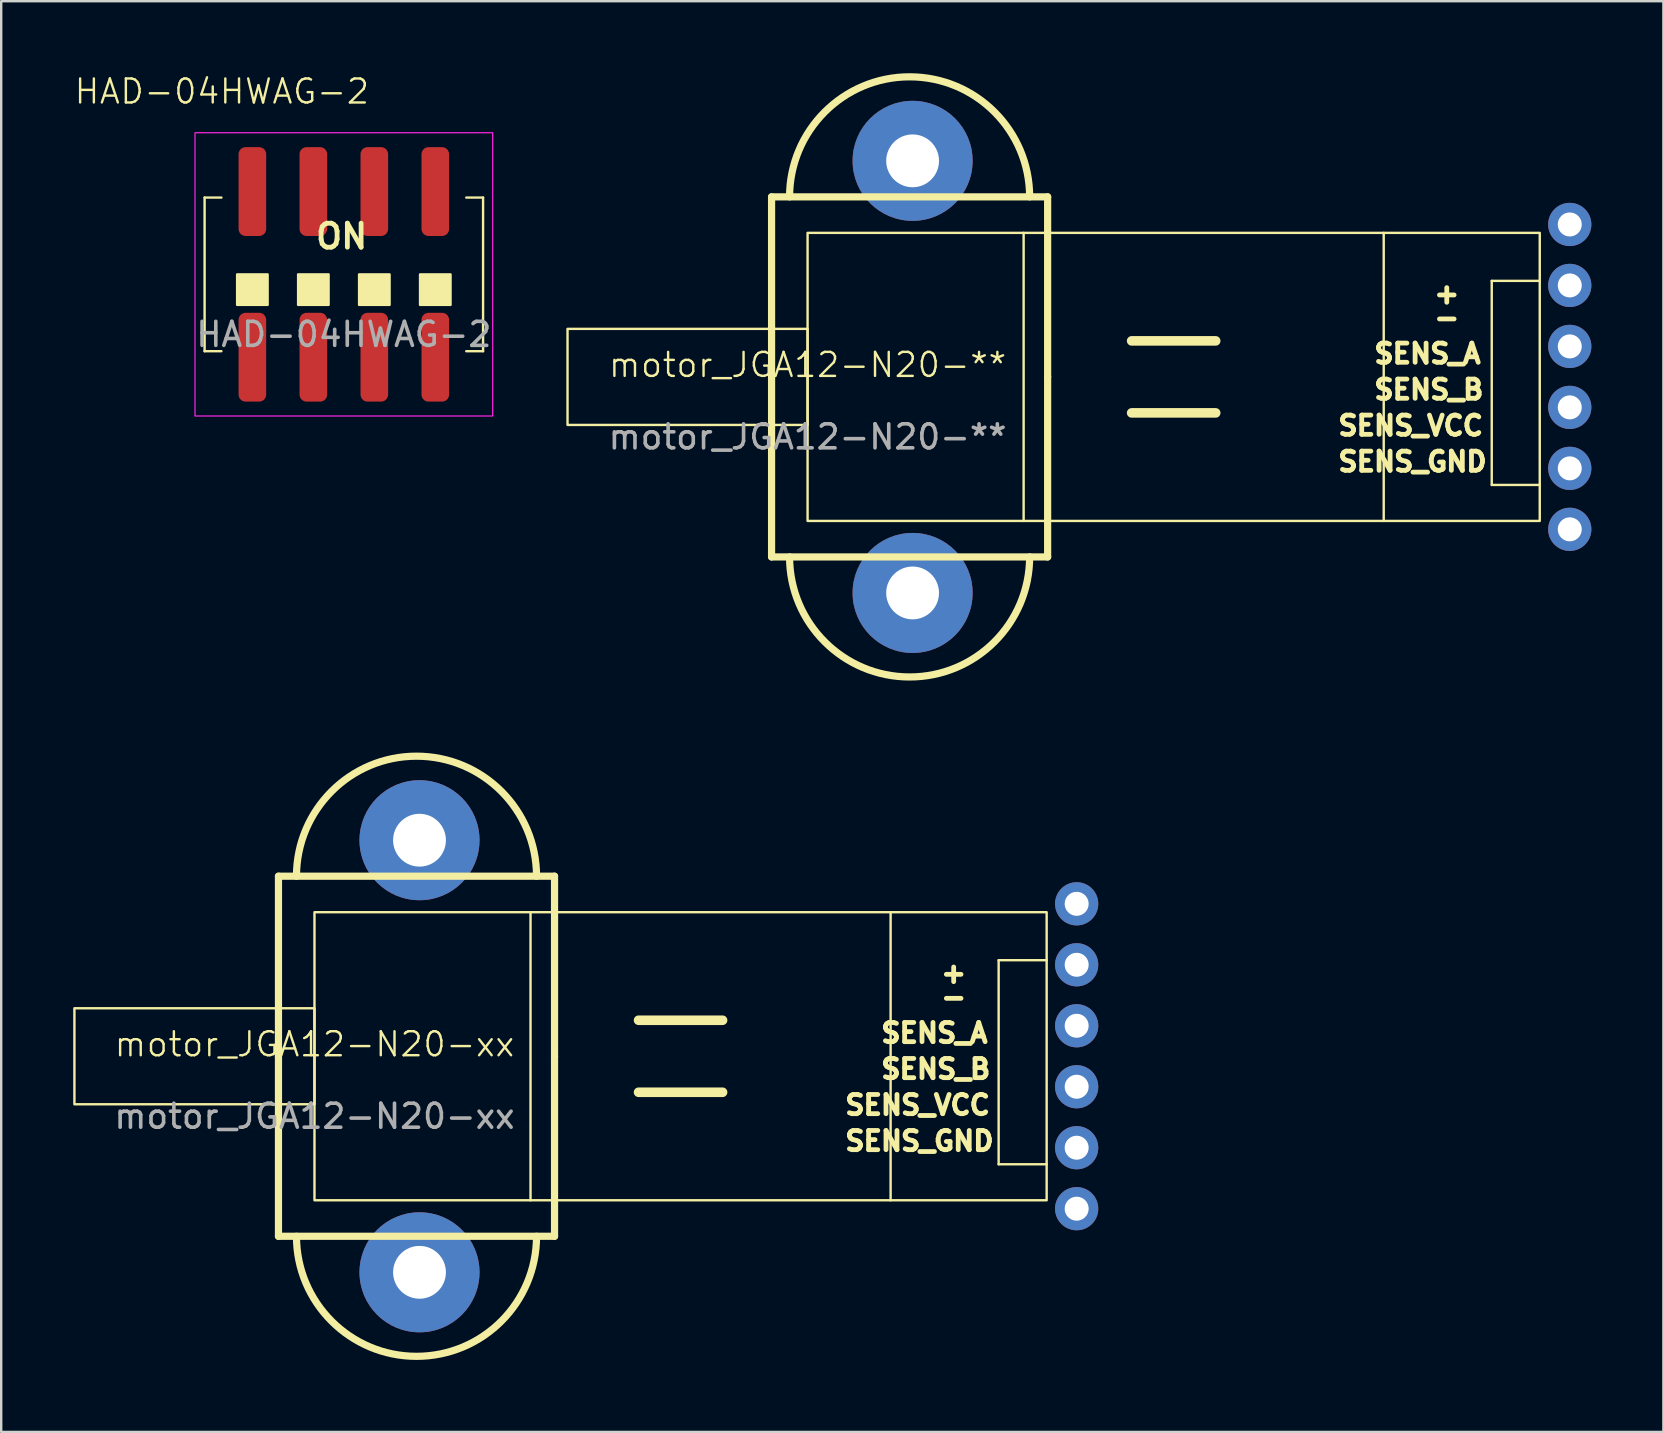
<source format=kicad_pcb>
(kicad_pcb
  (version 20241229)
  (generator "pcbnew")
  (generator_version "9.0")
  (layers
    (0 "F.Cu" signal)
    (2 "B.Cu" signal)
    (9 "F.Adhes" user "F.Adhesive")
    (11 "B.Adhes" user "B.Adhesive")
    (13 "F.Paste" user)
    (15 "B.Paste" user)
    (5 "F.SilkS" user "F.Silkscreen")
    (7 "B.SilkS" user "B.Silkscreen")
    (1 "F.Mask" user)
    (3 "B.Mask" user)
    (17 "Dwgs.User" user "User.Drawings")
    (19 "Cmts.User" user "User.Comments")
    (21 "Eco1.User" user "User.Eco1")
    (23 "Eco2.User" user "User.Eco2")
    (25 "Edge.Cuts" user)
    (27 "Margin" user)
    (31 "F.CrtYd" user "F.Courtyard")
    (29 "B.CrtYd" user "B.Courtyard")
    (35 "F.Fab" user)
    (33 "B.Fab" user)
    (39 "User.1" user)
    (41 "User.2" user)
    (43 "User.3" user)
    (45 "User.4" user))
  (footprint "motor_JGA12-N20-**"
    (layer "F.Cu")
    (at 30.591 12.65)
    (property "Reference" "motor_JGA12-N20-**" (at 0 -0.5 0) (unlocked yes) (layer "F.SilkS") (effects (font (size 1 1) (thickness 0.1))))
    (attr through_hole)
    (fp_line (start -1.5 -7.5) (end 10 -7.5) (stroke (width 0.3) (type default)) (layer "F.SilkS"))
    (fp_line (start -1.5 0) (end -1.5 -7.5) (stroke (width 0.3) (type default)) (layer "F.SilkS"))
    (fp_line (start -1.5 7.5) (end -1.5 0) (stroke (width 0.3) (type default)) (layer "F.SilkS"))
    (fp_line (start 9 -6) (end 9 6) (stroke (width 0.1) (type default)) (layer "F.SilkS"))
    (fp_line (start 10 -7.5) (end 10 0) (stroke (width 0.3) (type default)) (layer "F.SilkS"))
    (fp_line (start 10 0) (end 10 7.5) (stroke (width 0.3) (type default)) (layer "F.SilkS"))
    (fp_line (start 10 7.5) (end -1.5 7.5) (stroke (width 0.3) (type default)) (layer "F.SilkS"))
    (fp_line (start 13.5 -1.5) (end 17 -1.5) (stroke (width 0.4) (type default)) (layer "F.SilkS"))
    (fp_line (start 13.5 1.5) (end 17 1.5) (stroke (width 0.4) (type default)) (layer "F.SilkS"))
    (fp_line (start 24 -6) (end 24 6) (stroke (width 0.1) (type default)) (layer "F.SilkS"))
    (fp_line (start 28.5 -4) (end 28.5 4.5) (stroke (width 0.1) (type default)) (layer "F.SilkS"))
    (fp_line (start 28.5 -4) (end 30.5 -4) (stroke (width 0.1) (type default)) (layer "F.SilkS"))
    (fp_line (start 28.5 4.5) (end 30.5 4.5) (stroke (width 0.1) (type default)) (layer "F.SilkS"))
    (fp_rect (start -10 -2) (end 0 2) (stroke (width 0.1) (type default)) (fill no) (layer "F.SilkS"))
    (fp_rect (start 0 -6) (end 30.5 6) (stroke (width 0.1) (type default)) (fill no) (layer "F.SilkS"))
    (fp_arc (start -0.75 -7.5) (mid 4.25 -12.5) (end 9.25 -7.5) (stroke (width 0.3) (type default)) (layer "F.SilkS"))
    (fp_arc (start 9.25 7.5) (mid 4.25 12.5) (end -0.75 7.5) (stroke (width 0.3) (type default)) (layer "F.SilkS"))
    (fp_text user "SENS_A" (at 23.5 -0.5 0) (unlocked yes) (layer "F.SilkS") (effects (font (size 0.8 0.8) (thickness 0.2) (bold yes)) (justify left bottom)))
    (fp_text user "+" (at 26 -3 0) (unlocked yes) (layer "F.SilkS") (effects (font (size 0.8 0.8) (thickness 0.2) (bold yes)) (justify left bottom)))
    (fp_text user "SENS_GND" (at 22 4 0) (unlocked yes) (layer "F.SilkS") (effects (font (size 0.8 0.8) (thickness 0.2) (bold yes)) (justify left bottom)))
    (fp_text user "-" (at 26 -2 0) (unlocked yes) (layer "F.SilkS") (effects (font (size 0.8 0.8) (thickness 0.2) (bold yes)) (justify left bottom)))
    (fp_text user "SENS_B" (at 23.5 1 0) (unlocked yes) (layer "F.SilkS") (effects (font (size 0.8 0.8) (thickness 0.2) (bold yes)) (justify left bottom)))
    (fp_text user "SENS_VCC" (at 22 2.5 0) (unlocked yes) (layer "F.SilkS") (effects (font (size 0.8 0.8) (thickness 0.2) (bold yes)) (justify left bottom)))
    (fp_text user "${REFERENCE}" (at 0 2.5 0) (unlocked yes) (layer "F.Fab") (effects (font (size 1 1) (thickness 0.15))))
    (pad "" np_thru_hole circle (at 4.375 -9) (size 5 5) (drill 2.2) (layers "*.Cu" "*.Mask"))
    (pad "" np_thru_hole circle (at 4.375 9) (size 5 5) (drill 2.2) (layers "*.Cu" "*.Mask"))
    (pad "1" thru_hole circle (at 31.75 6.35) (size 1.8 1.8) (drill 1) (layers "*.Cu" "*.Mask"))
    (pad "2" thru_hole circle (at 31.75 3.81) (size 1.8 1.8) (drill 1) (layers "*.Cu" "*.Mask"))
    (pad "3" thru_hole circle (at 31.75 1.27) (size 1.8 1.8) (drill 1) (layers "*.Cu" "*.Mask"))
    (pad "4" thru_hole circle (at 31.75 -1.27) (size 1.8 1.8) (drill 1) (layers "*.Cu" "*.Mask"))
    (pad "5" thru_hole circle (at 31.75 -3.81) (size 1.8 1.8) (drill 1) (layers "*.Cu" "*.Mask"))
    (pad "6" thru_hole circle (at 31.75 -6.35) (size 1.8 1.8) (drill 1) (layers "*.Cu" "*.Mask")))
  (footprint "motor_JGA12-N20-xx"
    (layer "F.Cu")
    (at 10.05 40.95)
    (property "Reference" "motor_JGA12-N20-xx" (at 0 -0.5 0) (unlocked yes) (layer "F.SilkS") (effects (font (size 1 1) (thickness 0.1))))
    (attr through_hole)
    (fp_line (start -1.5 -7.5) (end 10 -7.5) (stroke (width 0.3) (type default)) (layer "F.SilkS"))
    (fp_line (start -1.5 0) (end -1.5 -7.5) (stroke (width 0.3) (type default)) (layer "F.SilkS"))
    (fp_line (start -1.5 7.5) (end -1.5 0) (stroke (width 0.3) (type default)) (layer "F.SilkS"))
    (fp_line (start 9 -6) (end 9 6) (stroke (width 0.1) (type default)) (layer "F.SilkS"))
    (fp_line (start 10 -7.5) (end 10 0) (stroke (width 0.3) (type default)) (layer "F.SilkS"))
    (fp_line (start 10 0) (end 10 7.5) (stroke (width 0.3) (type default)) (layer "F.SilkS"))
    (fp_line (start 10 7.5) (end -1.5 7.5) (stroke (width 0.3) (type default)) (layer "F.SilkS"))
    (fp_line (start 13.5 -1.5) (end 17 -1.5) (stroke (width 0.4) (type default)) (layer "F.SilkS"))
    (fp_line (start 13.5 1.5) (end 17 1.5) (stroke (width 0.4) (type default)) (layer "F.SilkS"))
    (fp_line (start 24 -6) (end 24 6) (stroke (width 0.1) (type default)) (layer "F.SilkS"))
    (fp_line (start 28.5 -4) (end 28.5 4.5) (stroke (width 0.1) (type default)) (layer "F.SilkS"))
    (fp_line (start 28.5 -4) (end 30.5 -4) (stroke (width 0.1) (type default)) (layer "F.SilkS"))
    (fp_line (start 28.5 4.5) (end 30.5 4.5) (stroke (width 0.1) (type default)) (layer "F.SilkS"))
    (fp_rect (start -10 -2) (end 0 2) (stroke (width 0.1) (type default)) (fill no) (layer "F.SilkS"))
    (fp_rect (start 0 -6) (end 30.5 6) (stroke (width 0.1) (type default)) (fill no) (layer "F.SilkS"))
    (fp_arc (start -0.75 -7.5) (mid 4.25 -12.5) (end 9.25 -7.5) (stroke (width 0.3) (type default)) (layer "F.SilkS"))
    (fp_arc (start 9.25 7.5) (mid 4.25 12.5) (end -0.75 7.5) (stroke (width 0.3) (type default)) (layer "F.SilkS"))
    (fp_text user "SENS_VCC" (at 22 2.5 0) (unlocked yes) (layer "F.SilkS") (effects (font (size 0.8 0.8) (thickness 0.2) (bold yes)) (justify left bottom)))
    (fp_text user "SENS_A" (at 23.5 -0.5 0) (unlocked yes) (layer "F.SilkS") (effects (font (size 0.8 0.8) (thickness 0.2) (bold yes)) (justify left bottom)))
    (fp_text user "SENS_B" (at 23.5 1 0) (unlocked yes) (layer "F.SilkS") (effects (font (size 0.8 0.8) (thickness 0.2) (bold yes)) (justify left bottom)))
    (fp_text user "+" (at 26 -3 0) (unlocked yes) (layer "F.SilkS") (effects (font (size 0.8 0.8) (thickness 0.2) (bold yes)) (justify left bottom)))
    (fp_text user "-" (at 26 -2 0) (unlocked yes) (layer "F.SilkS") (effects (font (size 0.8 0.8) (thickness 0.2) (bold yes)) (justify left bottom)))
    (fp_text user "SENS_GND" (at 22 4 0) (unlocked yes) (layer "F.SilkS") (effects (font (size 0.8 0.8) (thickness 0.2) (bold yes)) (justify left bottom)))
    (fp_text user "${REFERENCE}" (at 0 2.5 0) (unlocked yes) (layer "F.Fab") (effects (font (size 1 1) (thickness 0.15))))
    (pad "" np_thru_hole circle (at 4.375 -9) (size 5 5) (drill 2.2) (layers "*.Cu" "*.Mask"))
    (pad "" np_thru_hole circle (at 4.375 9) (size 5 5) (drill 2.2) (layers "*.Cu" "*.Mask"))
    (pad "1" thru_hole circle (at 31.75 6.35) (size 1.8 1.8) (drill 1) (layers "*.Cu" "*.Mask"))
    (pad "2" thru_hole circle (at 31.75 3.81) (size 1.8 1.8) (drill 1) (layers "*.Cu" "*.Mask"))
    (pad "3" thru_hole circle (at 31.75 1.27) (size 1.8 1.8) (drill 1) (layers "*.Cu" "*.Mask"))
    (pad "4" thru_hole circle (at 31.75 -1.27) (size 1.8 1.8) (drill 1) (layers "*.Cu" "*.Mask"))
    (pad "5" thru_hole circle (at 31.75 -3.81) (size 1.8 1.8) (drill 1) (layers "*.Cu" "*.Mask"))
    (pad "6" thru_hole circle (at 31.75 -6.35) (size 1.8 1.8) (drill 1) (layers "*.Cu" "*.Mask")))
  (footprint "HAD-04HWAG-2"
    (layer "F.Cu")
    (at 11.273 8.38)
    (property "Reference" "HAD-04HWAG-2" (at -5.08 -7.62 0) (unlocked yes) (layer "F.SilkS") (effects (font (size 1 1) (thickness 0.1))))
    (attr smd)
    (fp_line (start -5.8 -3.2) (end -5.1 -3.2) (stroke (width 0.1) (type default)) (layer "F.SilkS"))
    (fp_line (start -5.8 3.2) (end -5.8 -3.2) (stroke (width 0.1) (type default)) (layer "F.SilkS"))
    (fp_line (start -5.1 3.2) (end -5.8 3.2) (stroke (width 0.1) (type default)) (layer "F.SilkS"))
    (fp_line (start 5.1 -3.2) (end 5.8 -3.2) (stroke (width 0.1) (type default)) (layer "F.SilkS"))
    (fp_line (start 5.8 3.2) (end 5.1 3.2) (stroke (width 0.1) (type default)) (layer "F.SilkS"))
    (fp_line (start 5.8 3.2) (end 5.8 -3.2) (stroke (width 0.1) (type default)) (layer "F.SilkS"))
    (fp_rect (start -4.445 0) (end -3.175 1.27) (stroke (width 0.1) (type solid)) (fill yes) (layer "F.SilkS"))
    (fp_rect (start -1.905 0) (end -0.635 1.27) (stroke (width 0.1) (type solid)) (fill yes) (layer "F.SilkS"))
    (fp_rect (start 0.635 0) (end 1.905 1.27) (stroke (width 0.1) (type solid)) (fill yes) (layer "F.SilkS"))
    (fp_rect (start 3.175 0) (end 4.445 1.27) (stroke (width 0.1) (type solid)) (fill yes) (layer "F.SilkS"))
    (fp_rect (start -6.2 -5.9) (end 6.2 5.9) (stroke (width 0.05) (type default)) (fill no) (layer "F.CrtYd"))
    (fp_text user "ON" (at -1.27 -1 0) (unlocked yes) (layer "F.SilkS") (effects (font (size 1 1) (thickness 0.2) (bold yes)) (justify left bottom)))
    (fp_text user "${REFERENCE}" (at 0 2.5 0) (unlocked yes) (layer "F.Fab") (effects (font (size 1 1) (thickness 0.15))))
    (pad "1" smd roundrect (at -3.81 3.45) (size 1.15 3.7) (layers "F.Cu" "F.Mask" "F.Paste") (roundrect_rratio 0.25))
    (pad "2" smd roundrect (at -1.27 3.45) (size 1.15 3.7) (layers "F.Cu" "F.Mask" "F.Paste") (roundrect_rratio 0.25))
    (pad "3" smd roundrect (at 1.27 3.45) (size 1.15 3.7) (layers "F.Cu" "F.Mask" "F.Paste") (roundrect_rratio 0.25))
    (pad "4" smd roundrect (at 3.81 3.45) (size 1.15 3.7) (layers "F.Cu" "F.Mask" "F.Paste") (roundrect_rratio 0.25))
    (pad "5" smd roundrect (at 3.81 -3.45) (size 1.15 3.7) (layers "F.Cu" "F.Mask" "F.Paste") (roundrect_rratio 0.25))
    (pad "6" smd roundrect (at 1.27 -3.45) (size 1.15 3.7) (layers "F.Cu" "F.Mask" "F.Paste") (roundrect_rratio 0.25))
    (pad "7" smd roundrect (at -1.27 -3.45) (size 1.15 3.7) (layers "F.Cu" "F.Mask" "F.Paste") (roundrect_rratio 0.25))
    (pad "8" smd roundrect (at -3.81 -3.45) (size 1.15 3.7) (layers "F.Cu" "F.Mask" "F.Paste") (roundrect_rratio 0.25)))
  (gr_rect
    (start -3 -3)
    (end 66.241 56.6)
    (stroke (width 0.1) (type default))
    (fill no)
    (layer "Edge.Cuts")))
</source>
